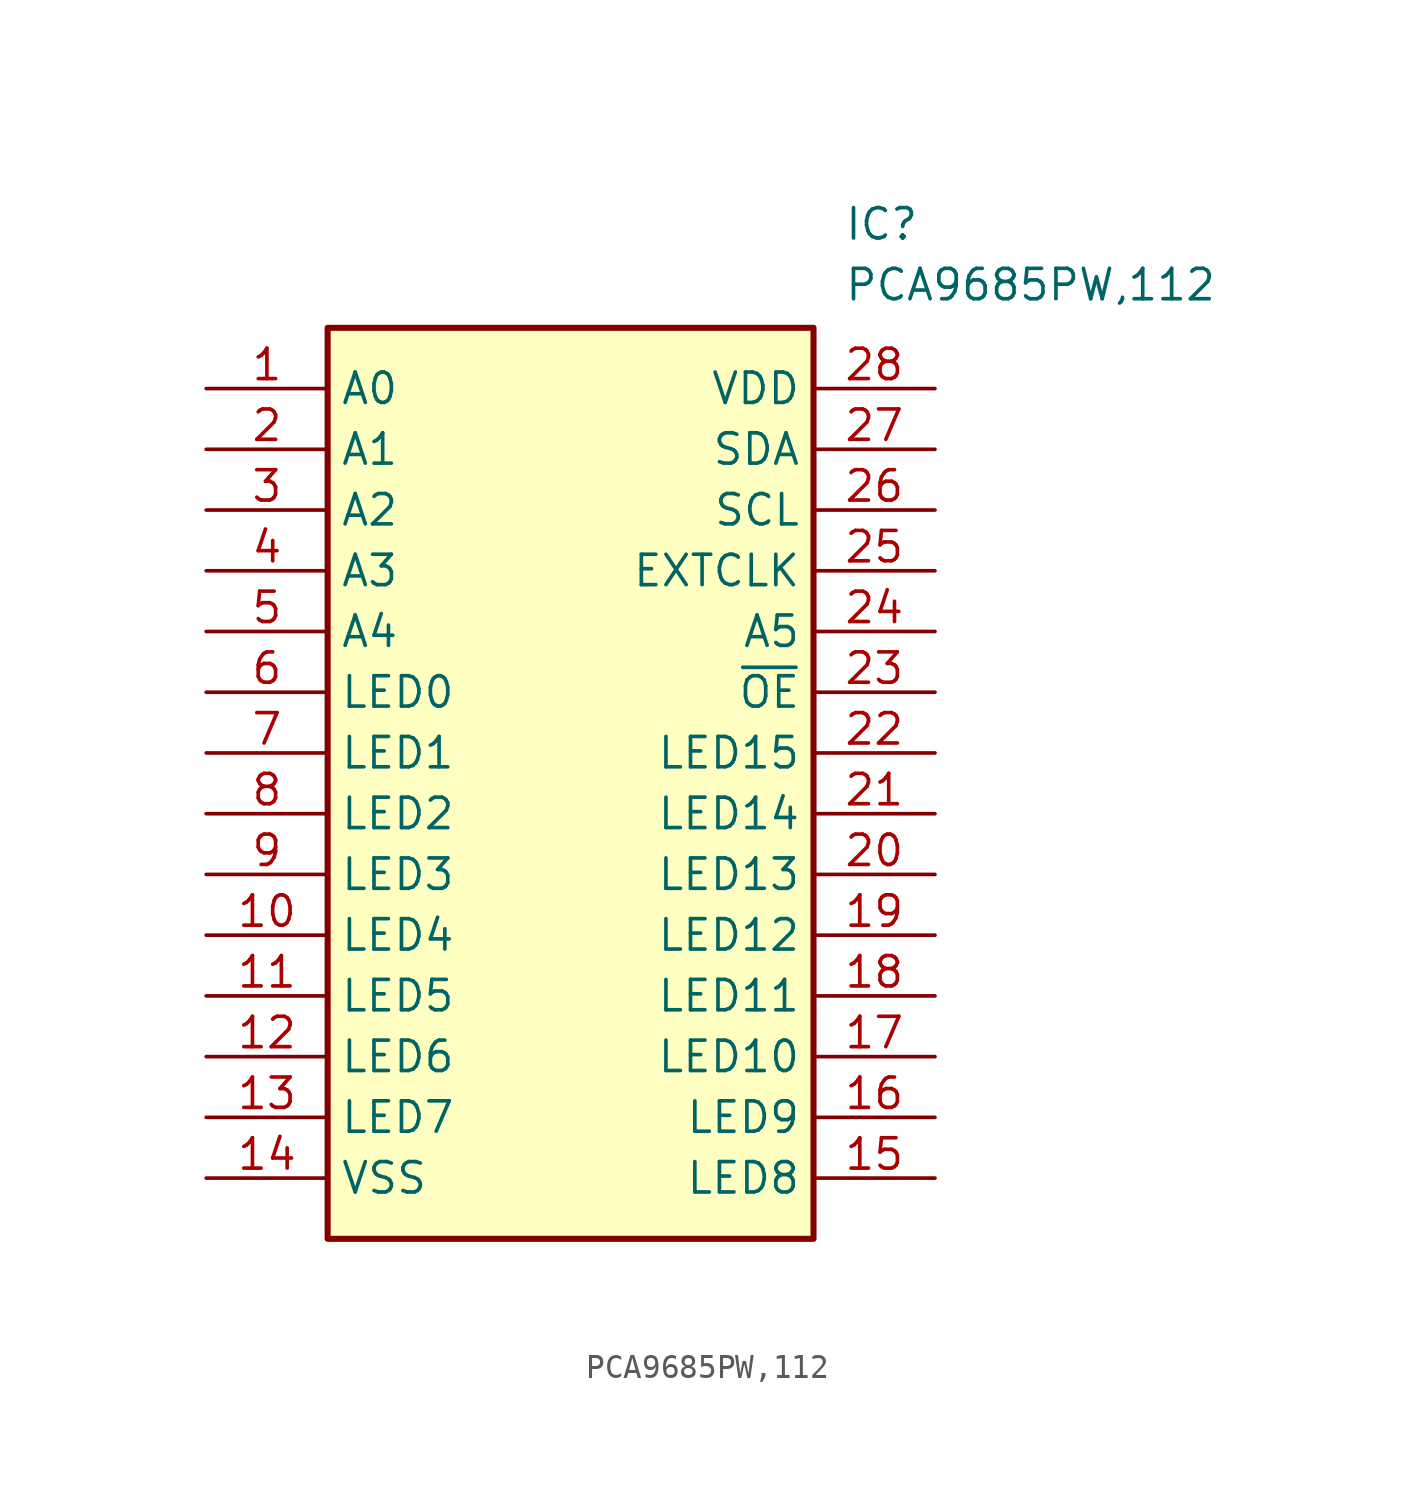
<source format=kicad_sym>
(kicad_symbol_lib
  (version 20211014)
  (generator SamacSys_ECAD_Model)
  (symbol "PCA9685PW,112"
    (property "Reference" "IC"
      (at 26.67 7.62 0)
      (effects (font (size 1.27 1.27)) (justify left top)))
    (property "Value" "PCA9685PW,112"
      (at 26.67 5.08 0)
      (effects (font (size 1.27 1.27)) (justify left top)))
    (rectangle
      (start 5.08 2.54)
      (end 25.4 -35.56)
      (stroke (width 0.254) (type default))
      (fill (type background)))
    (pin passive line
      (at 0 0 0)
      (length 5.08)
      (name "A0" (effects (font (size 1.27 1.27))))
      (number "1" (effects (font (size 1.27 1.27)))))
    (pin passive line
      (at 0 -2.54 0)
      (length 5.08)
      (name "A1" (effects (font (size 1.27 1.27))))
      (number "2" (effects (font (size 1.27 1.27)))))
    (pin passive line
      (at 0 -5.08 0)
      (length 5.08)
      (name "A2" (effects (font (size 1.27 1.27))))
      (number "3" (effects (font (size 1.27 1.27)))))
    (pin passive line
      (at 0 -7.62 0)
      (length 5.08)
      (name "A3" (effects (font (size 1.27 1.27))))
      (number "4" (effects (font (size 1.27 1.27)))))
    (pin passive line
      (at 0 -10.16 0)
      (length 5.08)
      (name "A4" (effects (font (size 1.27 1.27))))
      (number "5" (effects (font (size 1.27 1.27)))))
    (pin passive line
      (at 0 -12.7 0)
      (length 5.08)
      (name "LED0" (effects (font (size 1.27 1.27))))
      (number "6" (effects (font (size 1.27 1.27)))))
    (pin passive line
      (at 0 -15.24 0)
      (length 5.08)
      (name "LED1" (effects (font (size 1.27 1.27))))
      (number "7" (effects (font (size 1.27 1.27)))))
    (pin passive line
      (at 0 -17.78 0)
      (length 5.08)
      (name "LED2" (effects (font (size 1.27 1.27))))
      (number "8" (effects (font (size 1.27 1.27)))))
    (pin passive line
      (at 0 -20.32 0)
      (length 5.08)
      (name "LED3" (effects (font (size 1.27 1.27))))
      (number "9" (effects (font (size 1.27 1.27)))))
    (pin passive line
      (at 0 -22.86 0)
      (length 5.08)
      (name "LED4" (effects (font (size 1.27 1.27))))
      (number "10" (effects (font (size 1.27 1.27)))))
    (pin passive line
      (at 0 -25.4 0)
      (length 5.08)
      (name "LED5" (effects (font (size 1.27 1.27))))
      (number "11" (effects (font (size 1.27 1.27)))))
    (pin passive line
      (at 0 -27.94 0)
      (length 5.08)
      (name "LED6" (effects (font (size 1.27 1.27))))
      (number "12" (effects (font (size 1.27 1.27)))))
    (pin passive line
      (at 0 -30.48 0)
      (length 5.08)
      (name "LED7" (effects (font (size 1.27 1.27))))
      (number "13" (effects (font (size 1.27 1.27)))))
    (pin passive line
      (at 0 -33.02 0)
      (length 5.08)
      (name "VSS" (effects (font (size 1.27 1.27))))
      (number "14" (effects (font (size 1.27 1.27)))))
    (pin passive line
      (at 30.48 0 180)
      (length 5.08)
      (name "VDD" (effects (font (size 1.27 1.27))))
      (number "28" (effects (font (size 1.27 1.27)))))
    (pin passive line
      (at 30.48 -2.54 180)
      (length 5.08)
      (name "SDA" (effects (font (size 1.27 1.27))))
      (number "27" (effects (font (size 1.27 1.27)))))
    (pin passive line
      (at 30.48 -5.08 180)
      (length 5.08)
      (name "SCL" (effects (font (size 1.27 1.27))))
      (number "26" (effects (font (size 1.27 1.27)))))
    (pin passive line
      (at 30.48 -7.62 180)
      (length 5.08)
      (name "EXTCLK" (effects (font (size 1.27 1.27))))
      (number "25" (effects (font (size 1.27 1.27)))))
    (pin passive line
      (at 30.48 -10.16 180)
      (length 5.08)
      (name "A5" (effects (font (size 1.27 1.27))))
      (number "24" (effects (font (size 1.27 1.27)))))
    (pin passive line
      (at 30.48 -12.7 180)
      (length 5.08)
      (name "~{OE}" (effects (font (size 1.27 1.27))))
      (number "23" (effects (font (size 1.27 1.27)))))
    (pin passive line
      (at 30.48 -15.24 180)
      (length 5.08)
      (name "LED15" (effects (font (size 1.27 1.27))))
      (number "22" (effects (font (size 1.27 1.27)))))
    (pin passive line
      (at 30.48 -17.78 180)
      (length 5.08)
      (name "LED14" (effects (font (size 1.27 1.27))))
      (number "21" (effects (font (size 1.27 1.27)))))
    (pin passive line
      (at 30.48 -20.32 180)
      (length 5.08)
      (name "LED13" (effects (font (size 1.27 1.27))))
      (number "20" (effects (font (size 1.27 1.27)))))
    (pin passive line
      (at 30.48 -22.86 180)
      (length 5.08)
      (name "LED12" (effects (font (size 1.27 1.27))))
      (number "19" (effects (font (size 1.27 1.27)))))
    (pin passive line
      (at 30.48 -25.4 180)
      (length 5.08)
      (name "LED11" (effects (font (size 1.27 1.27))))
      (number "18" (effects (font (size 1.27 1.27)))))
    (pin passive line
      (at 30.48 -27.94 180)
      (length 5.08)
      (name "LED10" (effects (font (size 1.27 1.27))))
      (number "17" (effects (font (size 1.27 1.27)))))
    (pin passive line
      (at 30.48 -30.48 180)
      (length 5.08)
      (name "LED9" (effects (font (size 1.27 1.27))))
      (number "16" (effects (font (size 1.27 1.27)))))
    (pin passive line
      (at 30.48 -33.02 180)
      (length 5.08)
      (name "LED8" (effects (font (size 1.27 1.27))))
      (number "15" (effects (font (size 1.27 1.27)))))))
</source>
